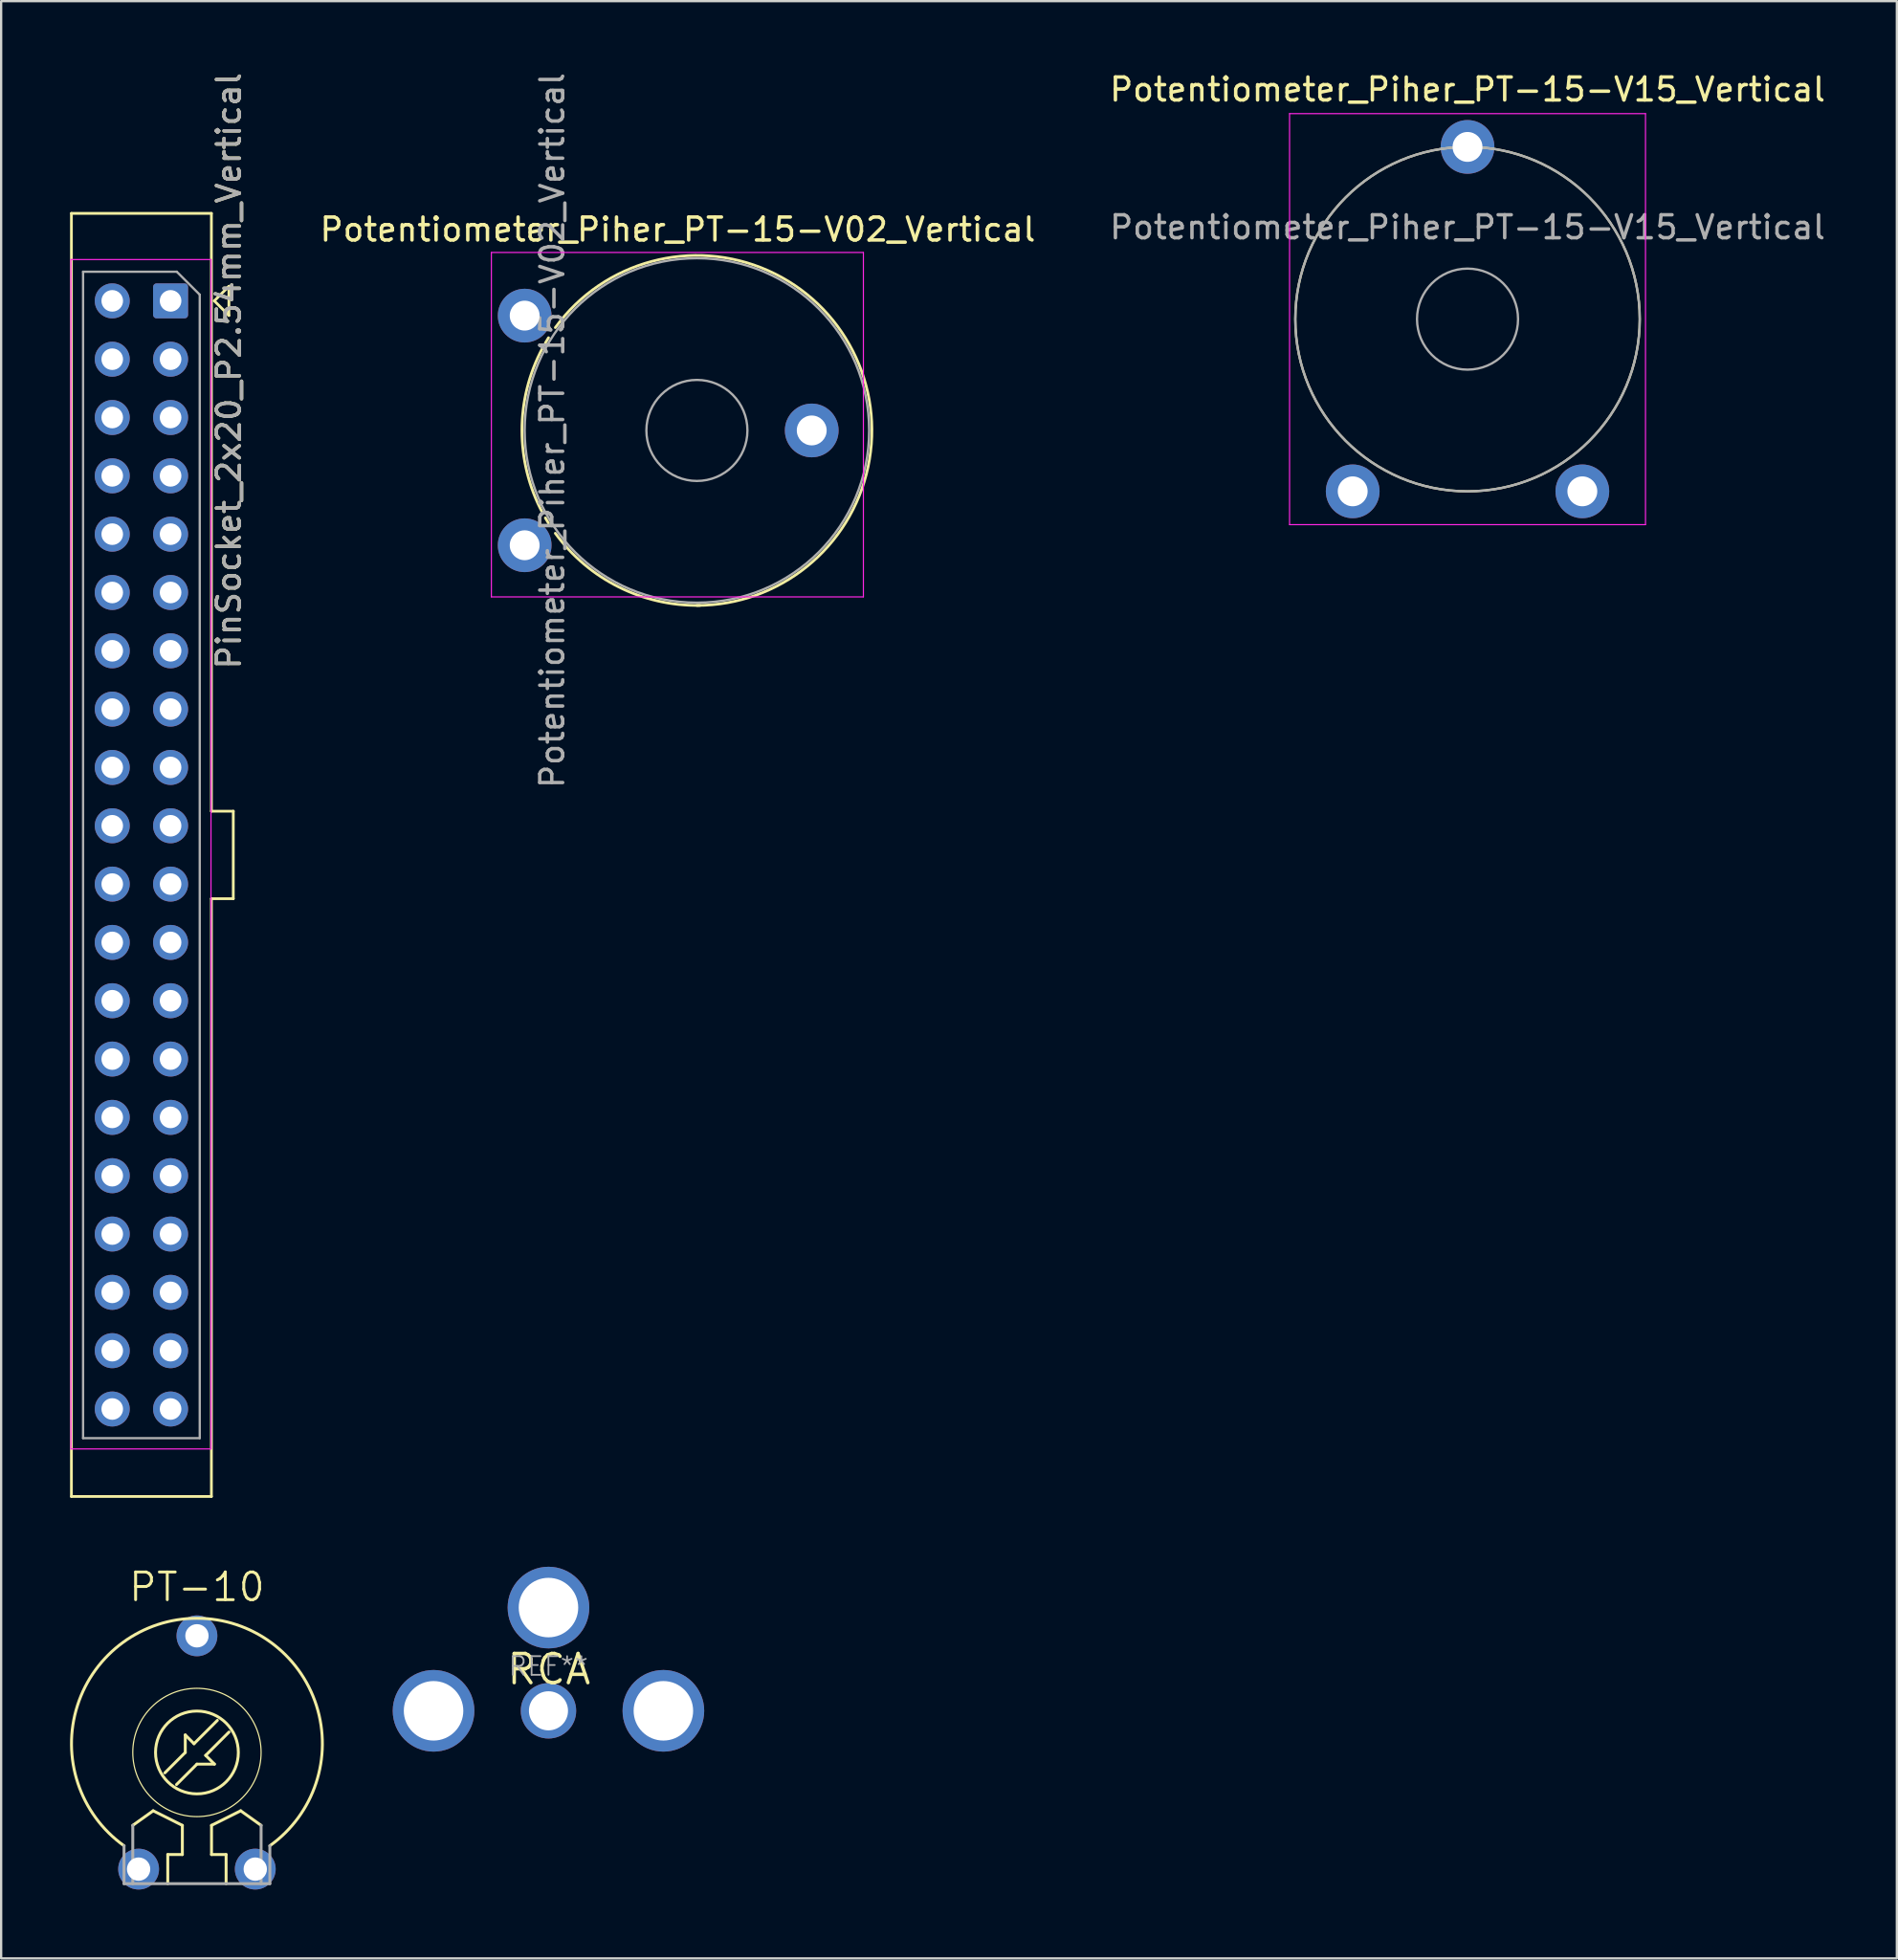
<source format=kicad_pcb>
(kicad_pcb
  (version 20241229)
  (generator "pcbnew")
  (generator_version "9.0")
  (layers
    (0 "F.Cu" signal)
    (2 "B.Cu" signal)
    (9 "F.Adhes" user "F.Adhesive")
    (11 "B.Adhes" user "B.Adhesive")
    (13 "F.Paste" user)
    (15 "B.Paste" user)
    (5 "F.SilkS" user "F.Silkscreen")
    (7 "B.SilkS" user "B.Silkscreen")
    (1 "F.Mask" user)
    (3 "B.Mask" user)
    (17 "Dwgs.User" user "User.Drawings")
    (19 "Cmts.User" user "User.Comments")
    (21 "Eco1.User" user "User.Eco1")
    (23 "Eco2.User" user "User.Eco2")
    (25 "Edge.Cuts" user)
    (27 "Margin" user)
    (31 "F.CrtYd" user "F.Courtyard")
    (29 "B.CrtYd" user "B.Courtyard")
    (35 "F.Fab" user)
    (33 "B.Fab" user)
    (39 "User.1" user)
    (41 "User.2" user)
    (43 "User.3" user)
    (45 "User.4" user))
  (footprint "PT-10"
    (layer "F.Cu")
    (at 5.526 73.271)
    (property "Reference" "PT-10" (at 0 -6.5 0) (unlocked yes) (layer "F.SilkS") (effects (font (size 1.206 1.206) (thickness 0.127)) (justify bottom)))
    (attr through_hole)
    (fp_line (start -2.794 3.175) (end -1.905 2.54) (stroke (width 0.127) (type solid)) (layer "F.SilkS"))
    (fp_line (start -1.905 2.54) (end -0.635 3.175) (stroke (width 0.127) (type solid)) (layer "F.SilkS"))
    (fp_line (start -1.27 4.445) (end -1.27 5.715) (stroke (width 0.127) (type solid)) (layer "F.SilkS"))
    (fp_line (start -0.635 3.175) (end -0.635 4.445) (stroke (width 0.127) (type solid)) (layer "F.SilkS"))
    (fp_line (start -0.635 4.445) (end -1.27 4.445) (stroke (width 0.127) (type solid)) (layer "F.SilkS"))
    (fp_line (start -0.508 -0.762) (end -0.508 0) (stroke (width 0.127) (type solid)) (layer "F.SilkS"))
    (fp_line (start -0.508 0) (end -1.397 0.889) (stroke (width 0.127) (type solid)) (layer "F.SilkS"))
    (fp_line (start -0.127 -0.381) (end -0.508 -0.762) (stroke (width 0.127) (type solid)) (layer "F.SilkS"))
    (fp_line (start 0 0.508) (end -0.889 1.397) (stroke (width 0.127) (type solid)) (layer "F.SilkS"))
    (fp_line (start 0.381 0.127) (end 0.762 0.508) (stroke (width 0.127) (type solid)) (layer "F.SilkS"))
    (fp_line (start 0.635 3.175) (end 1.905 2.54) (stroke (width 0.127) (type solid)) (layer "F.SilkS"))
    (fp_line (start 0.635 4.445) (end 0.635 3.175) (stroke (width 0.127) (type solid)) (layer "F.SilkS"))
    (fp_line (start 0.762 0.508) (end 0 0.508) (stroke (width 0.127) (type solid)) (layer "F.SilkS"))
    (fp_line (start 0.889 -1.397) (end -0.127 -0.381) (stroke (width 0.127) (type solid)) (layer "F.SilkS"))
    (fp_line (start 1.27 4.445) (end 0.635 4.445) (stroke (width 0.127) (type solid)) (layer "F.SilkS"))
    (fp_line (start 1.27 5.715) (end 1.27 4.445) (stroke (width 0.127) (type solid)) (layer "F.SilkS"))
    (fp_line (start 1.397 -0.889) (end 0.381 0.127) (stroke (width 0.127) (type solid)) (layer "F.SilkS"))
    (fp_line (start 1.905 2.54) (end 2.794 3.175) (stroke (width 0.127) (type solid)) (layer "F.SilkS"))
    (fp_arc (start -3.175 4.064) (mid 0.000001 -5.843475) (end 3.174999 4.064001) (stroke (width 0.127) (type solid)) (layer "F.SilkS"))
    (fp_circle (center 0 0) (end 1.803 0) (stroke (width 0.127) (type solid)) (fill no) (layer "F.SilkS"))
    (fp_circle (center 0 0) (end 2.794 0) (stroke (width 0.051) (type solid)) (fill no) (layer "F.SilkS"))
    (fp_line (start -3.175 5.715) (end -3.175 4.064) (stroke (width 0.127) (type solid)) (layer "F.Fab"))
    (fp_line (start -3.175 5.715) (end 3.175 5.715) (stroke (width 0.127) (type solid)) (layer "F.Fab"))
    (fp_line (start -2.794 5.715) (end -2.794 3.175) (stroke (width 0.127) (type solid)) (layer "F.Fab"))
    (fp_line (start 2.794 3.175) (end 2.794 5.715) (stroke (width 0.127) (type solid)) (layer "F.Fab"))
    (fp_line (start 3.175 4.064) (end 3.175 5.715) (stroke (width 0.127) (type solid)) (layer "F.Fab"))
    (pad "1" thru_hole circle (at -2.54 5.08) (size 1.778 1.778) (drill 1.016) (layers "*.Cu" "*.Mask"))
    (pad "2" thru_hole circle (at 0 -5.08) (size 1.778 1.778) (drill 1.016) (layers "*.Cu" "*.Mask"))
    (pad "3" thru_hole circle (at 2.54 5.08) (size 1.778 1.778) (drill 1.016) (layers "*.Cu" "*.Mask")))
  (footprint "Potentiometer_Piher_PT-15-V02_Vertical"
    (layer "F.Cu")
    (at 19.798 20.696)
    (property "Reference" "Potentiometer_Piher_PT-15-V02_Vertical" (at 6.665 -13.75 0) (layer "F.SilkS") (effects (font (size 1 1) (thickness 0.15))))
    (attr through_hole)
    (fp_arc (start 0.772013 -1.423856) (mid -0.119358 -5.001051) (end 0.773 -8.578) (stroke (width 0.12) (type solid)) (layer "F.SilkS"))
    (fp_arc (start 0.902012 -8.810055) (mid 0.969511 -8.924625) (end 1.039 -9.038) (stroke (width 0.12) (type solid)) (layer "F.SilkS"))
    (fp_arc (start 1.037952 -0.963019) (mid 0.968481 -1.076412) (end 0.901 -1.191) (stroke (width 0.12) (type solid)) (layer "F.SilkS"))
    (fp_arc (start 1.335291 -9.478924) (mid 14.28947 -8.459407) (end 7.5 2.62) (stroke (width 0.12) (type solid)) (layer "F.SilkS"))
    (fp_arc (start 7.632064 2.618548) (mid 4.099288 1.818715) (end 1.335 -0.522) (stroke (width 0.12) (type solid)) (layer "F.SilkS"))
    (fp_line (start -1.45 -12.75) (end -1.45 2.25) (stroke (width 0.05) (type solid)) (layer "F.CrtYd"))
    (fp_line (start -1.45 2.25) (end 14.75 2.25) (stroke (width 0.05) (type solid)) (layer "F.CrtYd"))
    (fp_line (start 14.75 -12.75) (end -1.45 -12.75) (stroke (width 0.05) (type solid)) (layer "F.CrtYd"))
    (fp_line (start 14.75 2.25) (end 14.75 -12.75) (stroke (width 0.05) (type solid)) (layer "F.CrtYd"))
    (fp_circle (center 7.5 -5) (end 9.7 -5) (stroke (width 0.1) (type solid)) (fill no) (layer "F.Fab"))
    (fp_circle (center 7.5 -5) (end 15 -5) (stroke (width 0.1) (type solid)) (fill no) (layer "F.Fab"))
    (fp_text user "${REFERENCE}" (at 1.2 -5 90) (layer "F.Fab") (effects (font (size 1 1) (thickness 0.15))))
    (pad "1" thru_hole circle (at 0 0) (size 2.34 2.34) (drill 1.3) (layers "*.Cu" "*.Mask"))
    (pad "2" thru_hole circle (at 12.5 -5) (size 2.34 2.34) (drill 1.3) (layers "*.Cu" "*.Mask"))
    (pad "3" thru_hole circle (at 0 -10) (size 2.34 2.34) (drill 1.3) (layers "*.Cu" "*.Mask")))
  (footprint "RCA"
    (layer "F.Cu")
    (at 20.834 71.457)
    (property "Reference" "RCA" (at 0.02 -2.55 0) (unlocked yes) (layer "F.SilkS") (effects (font (size 1.27 1.27) (thickness 0.15)) (justify top)))
    (attr through_hole)
    (fp_text user "REF**" (at 0 -1.94 0) (layer "F.Fab") (effects (font (size 0.813 0.813) (thickness 0.076))))
    (pad "1" thru_hole circle (at 0 0 180) (size 2.413 2.413) (drill 1.702) (layers "*.Cu" "*.Mask"))
    (pad "2" thru_hole circle (at -5.004 0) (size 3.556 3.556) (drill 2.591) (layers "*.Cu" "*.Mask"))
    (pad "2" thru_hole circle (at 0 -4.496) (size 3.556 3.556) (drill 2.591) (layers "*.Cu" "*.Mask"))
    (pad "2" thru_hole circle (at 5.004 0) (size 3.556 3.556) (drill 2.591) (layers "*.Cu" "*.Mask")))
  (footprint "Potentiometer_Piher_PT-15-V15_Vertical"
    (layer "F.Cu")
    (at 60.856 10.848)
    (property "Reference" "Potentiometer_Piher_PT-15-V15_Vertical" (at 0 -10 0) (layer "F.SilkS") (effects (font (size 1 1) (thickness 0.15))))
    (attr through_hole)
    (fp_circle (center 0 0) (end 7.5 0) (stroke (width 0.1) (type solid)) (fill no) (layer "F.SilkS"))
    (fp_line (start -7.75 -8.95) (end -7.75 8.95) (stroke (width 0.05) (type solid)) (layer "F.CrtYd"))
    (fp_line (start -7.75 8.95) (end 7.75 8.95) (stroke (width 0.05) (type solid)) (layer "F.CrtYd"))
    (fp_line (start 7.75 -8.95) (end -7.75 -8.95) (stroke (width 0.05) (type solid)) (layer "F.CrtYd"))
    (fp_line (start 7.75 8.95) (end 7.75 -8.95) (stroke (width 0.05) (type solid)) (layer "F.CrtYd"))
    (fp_circle (center 0 0) (end 2.2 0) (stroke (width 0.1) (type solid)) (fill no) (layer "F.Fab"))
    (fp_circle (center 0 0) (end 7.5 0) (stroke (width 0.1) (type solid)) (fill no) (layer "F.Fab"))
    (fp_text user "${REFERENCE}" (at 0 -4 0) (layer "F.Fab") (effects (font (size 1 1) (thickness 0.15))))
    (pad "A" thru_hole circle (at -5 7.5) (size 2.34 2.34) (drill 1.3) (layers "*.Cu" "*.Mask"))
    (pad "E" thru_hole circle (at 5 7.5) (size 2.34 2.34) (drill 1.3) (layers "*.Cu" "*.Mask"))
    (pad "S" thru_hole circle (at 0 -7.5) (size 2.34 2.34) (drill 1.3) (layers "*.Cu" "*.Mask")))
  (footprint "PinSocket_2x20_P2.54mm_Vertical"
    (layer "F.Cu")
    (at 4.378 10.053)
    (property "Reference" "PinSocket_2x20_P2.54mm_Vertical" (at 2.54 3.048 270) (layer "F.SilkS") (effects (font (size 1 1) (thickness 0.15))))
    (attr through_hole)
    (fp_line (start -4.318 -3.81) (end -4.318 52.07) (stroke (width 0.12) (type solid)) (layer "F.SilkS"))
    (fp_line (start -4.318 -3.81) (end 1.778 -3.81) (stroke (width 0.12) (type solid)) (layer "F.SilkS"))
    (fp_line (start -4.318 52.07) (end 1.778 52.07) (stroke (width 0.12) (type solid)) (layer "F.SilkS"))
    (fp_line (start 1.778 -3.81) (end 1.778 22.225) (stroke (width 0.12) (type solid)) (layer "F.SilkS"))
    (fp_line (start 1.778 22.225) (end 2.731 22.225) (stroke (width 0.12) (type solid)) (layer "F.SilkS"))
    (fp_line (start 1.778 26.035) (end 1.778 52.07) (stroke (width 0.12) (type solid)) (layer "F.SilkS"))
    (fp_line (start 1.905 0) (end 2.54 -0.635) (stroke (width 0.12) (type solid)) (layer "F.SilkS"))
    (fp_line (start 1.905 0) (end 2.54 0.635) (stroke (width 0.12) (type solid)) (layer "F.SilkS"))
    (fp_line (start 2.54 -0.635) (end 2.54 0.635) (stroke (width 0.12) (type solid)) (layer "F.SilkS"))
    (fp_line (start 2.731 22.225) (end 2.731 26.035) (stroke (width 0.12) (type solid)) (layer "F.SilkS"))
    (fp_line (start 2.731 26.035) (end 1.778 26.035) (stroke (width 0.12) (type solid)) (layer "F.SilkS"))
    (fp_line (start -4.34 -1.8) (end 1.76 -1.8) (stroke (width 0.05) (type solid)) (layer "F.CrtYd"))
    (fp_line (start -4.34 50) (end -4.34 -1.8) (stroke (width 0.05) (type solid)) (layer "F.CrtYd"))
    (fp_line (start 1.76 -1.8) (end 1.76 50) (stroke (width 0.05) (type solid)) (layer "F.CrtYd"))
    (fp_line (start 1.76 50) (end -4.34 50) (stroke (width 0.05) (type solid)) (layer "F.CrtYd"))
    (fp_line (start -3.81 -1.27) (end 0.27 -1.27) (stroke (width 0.1) (type solid)) (layer "F.Fab"))
    (fp_line (start -3.81 49.53) (end -3.81 -1.27) (stroke (width 0.1) (type solid)) (layer "F.Fab"))
    (fp_line (start 0.27 -1.27) (end 1.27 -0.27) (stroke (width 0.1) (type solid)) (layer "F.Fab"))
    (fp_line (start 1.27 -0.27) (end 1.27 49.53) (stroke (width 0.1) (type solid)) (layer "F.Fab"))
    (fp_line (start 1.27 49.53) (end -3.81 49.53) (stroke (width 0.1) (type solid)) (layer "F.Fab"))
    (fp_text user "${REFERENCE}" (at 2.54 3.048 270) (layer "F.Fab") (effects (font (size 1 1) (thickness 0.15))))
    (pad "1" thru_hole roundrect (at 0 0) (size 1.524 1.524) (drill 0.94) (layers "*.Cu" "*.Mask") (roundrect_rratio 0.1))
    (pad "2" thru_hole circle (at -2.54 0) (size 1.524 1.524) (drill 0.94) (layers "*.Cu" "*.Mask"))
    (pad "3" thru_hole circle (at 0 2.54) (size 1.524 1.524) (drill 0.94) (layers "*.Cu" "*.Mask"))
    (pad "4" thru_hole circle (at -2.54 2.54) (size 1.524 1.524) (drill 0.94) (layers "*.Cu" "*.Mask"))
    (pad "5" thru_hole circle (at 0 5.08) (size 1.524 1.524) (drill 0.94) (layers "*.Cu" "*.Mask"))
    (pad "6" thru_hole circle (at -2.54 5.08) (size 1.524 1.524) (drill 0.94) (layers "*.Cu" "*.Mask"))
    (pad "7" thru_hole circle (at 0 7.62) (size 1.524 1.524) (drill 0.94) (layers "*.Cu" "*.Mask"))
    (pad "8" thru_hole circle (at -2.54 7.62) (size 1.524 1.524) (drill 0.94) (layers "*.Cu" "*.Mask"))
    (pad "9" thru_hole circle (at 0 10.16) (size 1.524 1.524) (drill 0.94) (layers "*.Cu" "*.Mask"))
    (pad "10" thru_hole circle (at -2.54 10.16) (size 1.524 1.524) (drill 0.94) (layers "*.Cu" "*.Mask"))
    (pad "11" thru_hole circle (at 0 12.7) (size 1.524 1.524) (drill 0.94) (layers "*.Cu" "*.Mask"))
    (pad "12" thru_hole circle (at -2.54 12.7) (size 1.524 1.524) (drill 0.94) (layers "*.Cu" "*.Mask"))
    (pad "13" thru_hole circle (at 0 15.24) (size 1.524 1.524) (drill 0.94) (layers "*.Cu" "*.Mask"))
    (pad "14" thru_hole circle (at -2.54 15.24) (size 1.524 1.524) (drill 0.94) (layers "*.Cu" "*.Mask"))
    (pad "15" thru_hole circle (at 0 17.78) (size 1.524 1.524) (drill 0.94) (layers "*.Cu" "*.Mask"))
    (pad "16" thru_hole circle (at -2.54 17.78) (size 1.524 1.524) (drill 0.94) (layers "*.Cu" "*.Mask"))
    (pad "17" thru_hole circle (at 0 20.32) (size 1.524 1.524) (drill 0.94) (layers "*.Cu" "*.Mask"))
    (pad "18" thru_hole circle (at -2.54 20.32) (size 1.524 1.524) (drill 0.94) (layers "*.Cu" "*.Mask"))
    (pad "19" thru_hole circle (at 0 22.86) (size 1.524 1.524) (drill 0.94) (layers "*.Cu" "*.Mask"))
    (pad "20" thru_hole circle (at -2.54 22.86) (size 1.524 1.524) (drill 0.94) (layers "*.Cu" "*.Mask"))
    (pad "21" thru_hole circle (at 0 25.4) (size 1.524 1.524) (drill 0.94) (layers "*.Cu" "*.Mask"))
    (pad "22" thru_hole circle (at -2.54 25.4) (size 1.524 1.524) (drill 0.94) (layers "*.Cu" "*.Mask"))
    (pad "23" thru_hole circle (at 0 27.94) (size 1.524 1.524) (drill 0.94) (layers "*.Cu" "*.Mask"))
    (pad "24" thru_hole circle (at -2.54 27.94) (size 1.524 1.524) (drill 0.94) (layers "*.Cu" "*.Mask"))
    (pad "25" thru_hole circle (at 0 30.48) (size 1.524 1.524) (drill 0.94) (layers "*.Cu" "*.Mask"))
    (pad "26" thru_hole circle (at -2.54 30.48) (size 1.524 1.524) (drill 0.94) (layers "*.Cu" "*.Mask"))
    (pad "27" thru_hole circle (at 0 33.02) (size 1.524 1.524) (drill 0.94) (layers "*.Cu" "*.Mask"))
    (pad "28" thru_hole circle (at -2.54 33.02) (size 1.524 1.524) (drill 0.94) (layers "*.Cu" "*.Mask"))
    (pad "29" thru_hole circle (at 0 35.56) (size 1.524 1.524) (drill 0.94) (layers "*.Cu" "*.Mask"))
    (pad "30" thru_hole circle (at -2.54 35.56) (size 1.524 1.524) (drill 0.94) (layers "*.Cu" "*.Mask"))
    (pad "31" thru_hole circle (at 0 38.1) (size 1.524 1.524) (drill 0.94) (layers "*.Cu" "*.Mask"))
    (pad "32" thru_hole circle (at -2.54 38.1) (size 1.524 1.524) (drill 0.94) (layers "*.Cu" "*.Mask"))
    (pad "33" thru_hole circle (at 0 40.64) (size 1.524 1.524) (drill 0.94) (layers "*.Cu" "*.Mask"))
    (pad "34" thru_hole circle (at -2.54 40.64) (size 1.524 1.524) (drill 0.94) (layers "*.Cu" "*.Mask"))
    (pad "35" thru_hole circle (at 0 43.18) (size 1.524 1.524) (drill 0.94) (layers "*.Cu" "*.Mask"))
    (pad "36" thru_hole circle (at -2.54 43.18) (size 1.524 1.524) (drill 0.94) (layers "*.Cu" "*.Mask"))
    (pad "37" thru_hole circle (at 0 45.72) (size 1.524 1.524) (drill 0.94) (layers "*.Cu" "*.Mask"))
    (pad "38" thru_hole circle (at -2.54 45.72) (size 1.524 1.524) (drill 0.94) (layers "*.Cu" "*.Mask"))
    (pad "39" thru_hole circle (at 0 48.26) (size 1.524 1.524) (drill 0.94) (layers "*.Cu" "*.Mask"))
    (pad "40" thru_hole circle (at -2.54 48.26) (size 1.524 1.524) (drill 0.94) (layers "*.Cu" "*.Mask")))
  (gr_rect
    (start -3 -3)
    (end 79.552 82.24)
    (stroke (width 0.1) (type default))
    (fill no)
    (layer "Edge.Cuts")))
</source>
